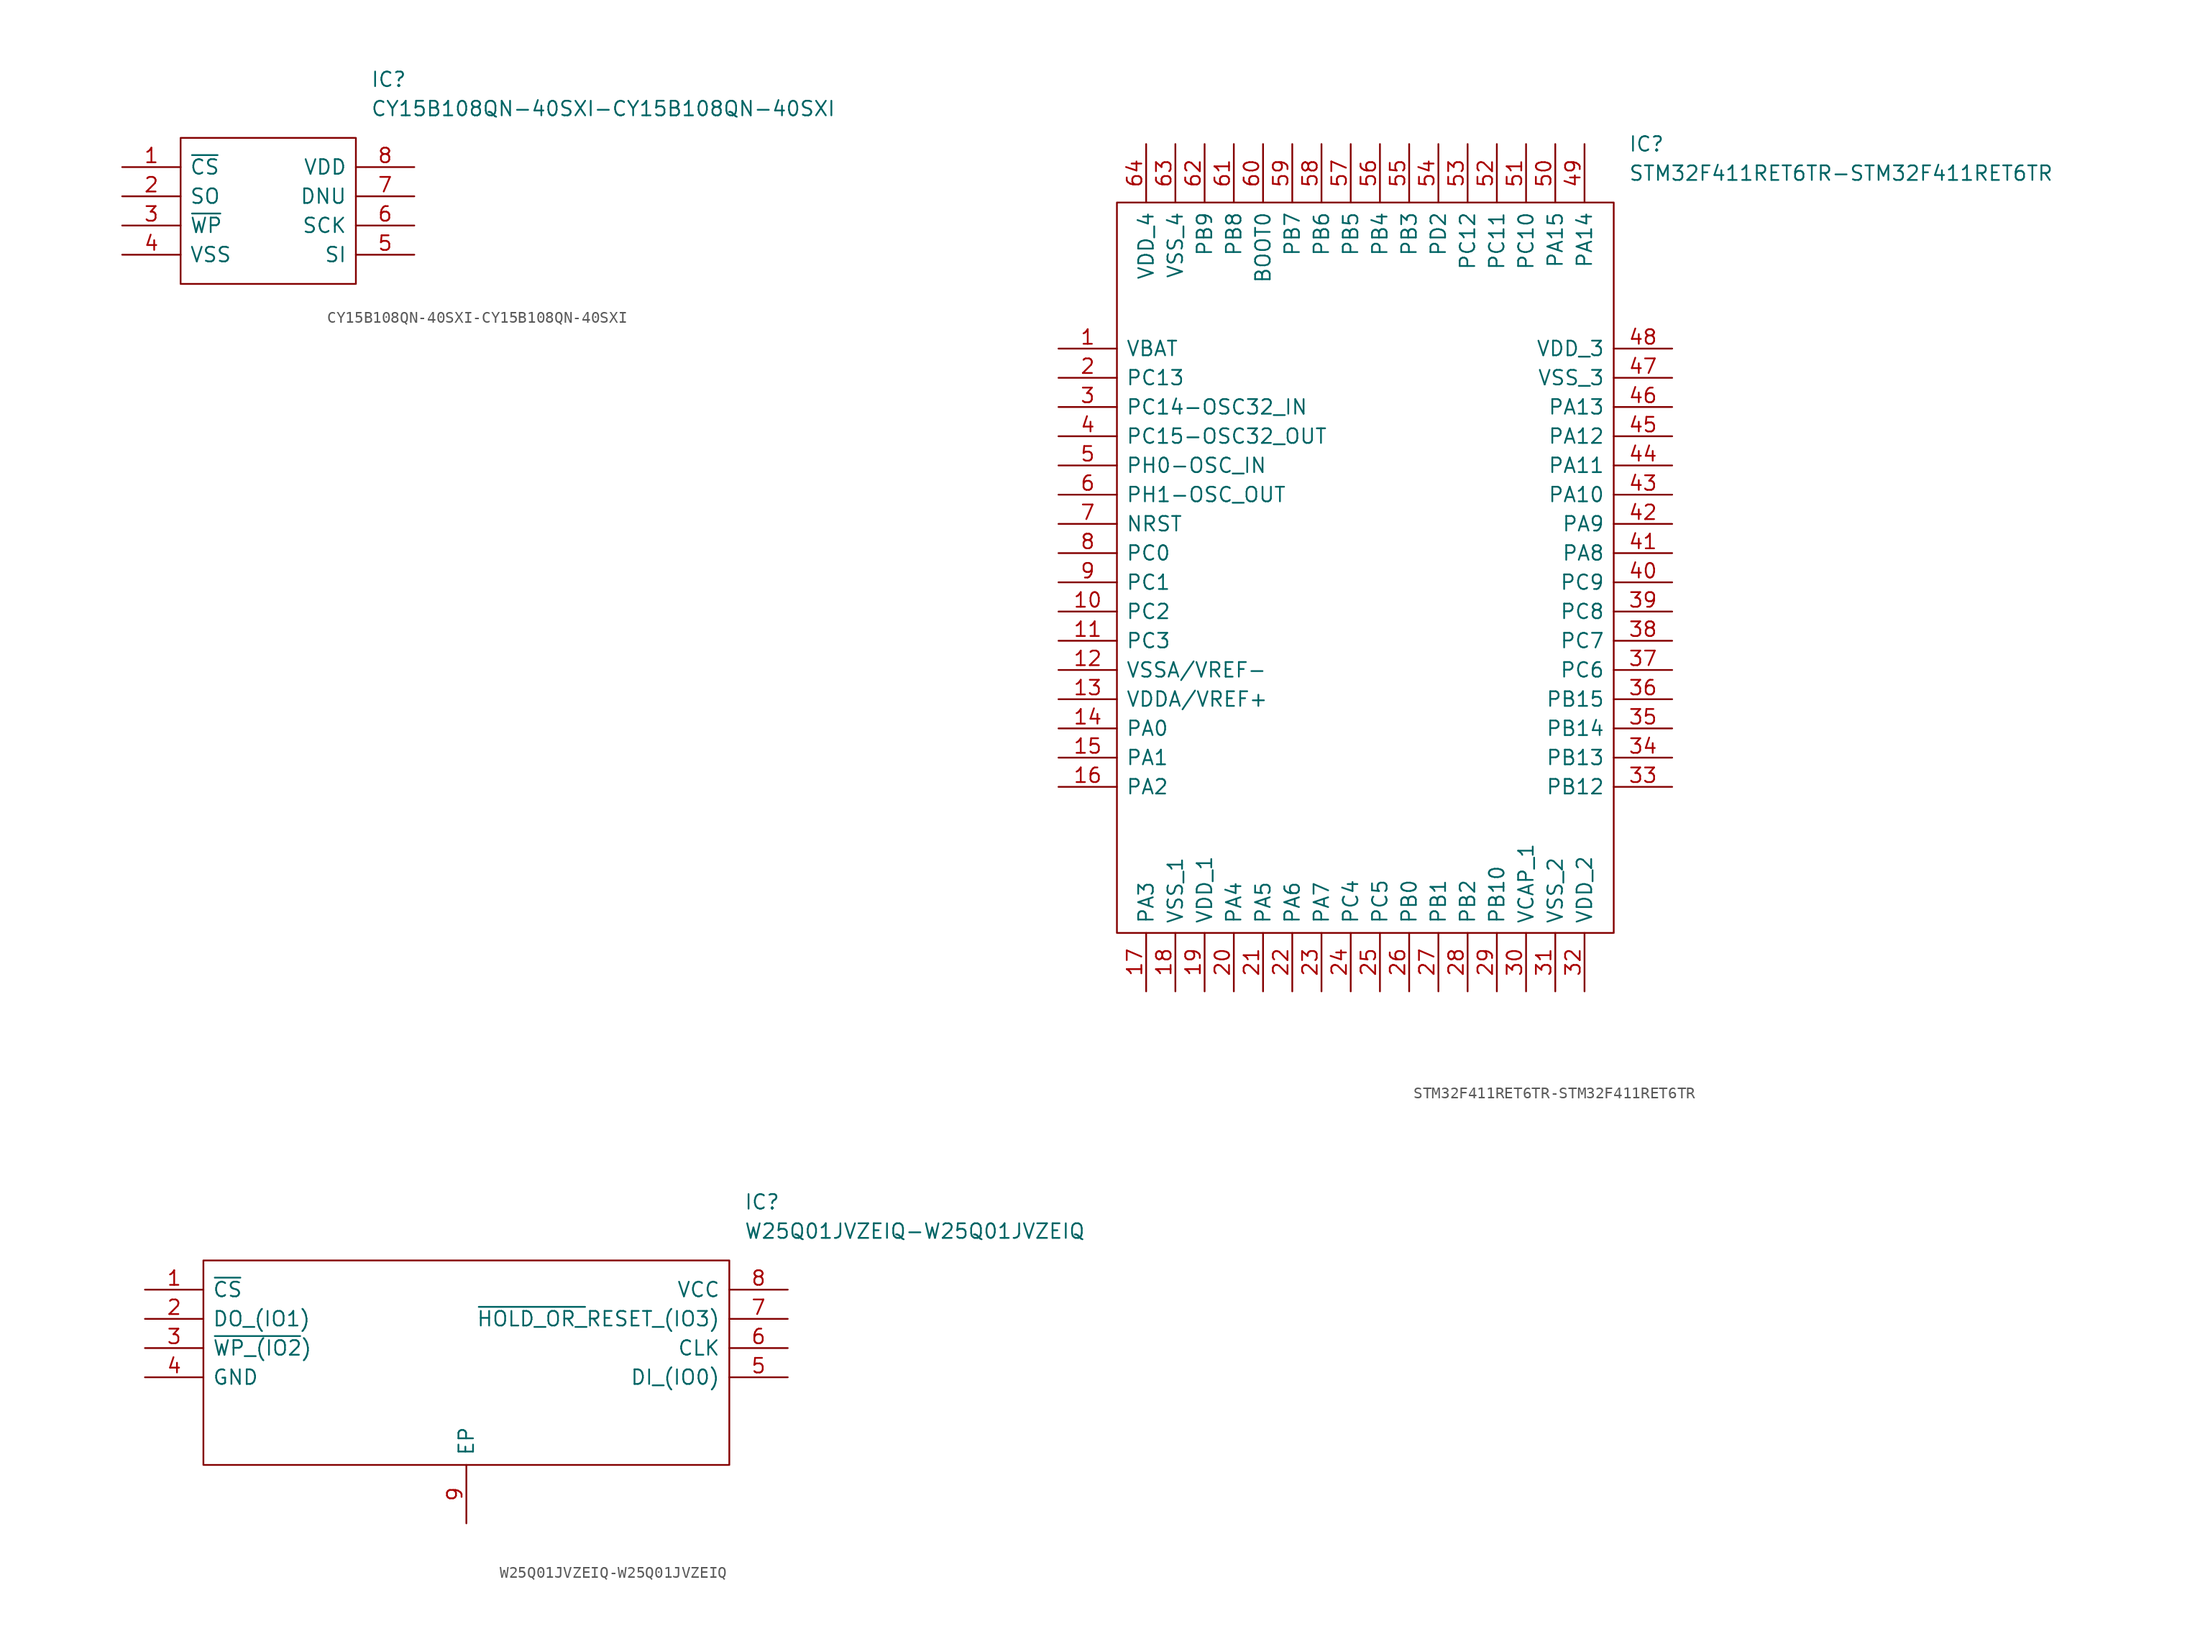
<source format=kicad_sym>
(kicad_symbol_lib
  (version 20211014)
  (generator kicad_symbol_editor)
  (symbol "CY15B108QN-40SXI-CY15B108QN-40SXI"
    (pin_names
      (offset 0.762))
    (property "Reference" "IC"
      (at 21.59 7.62 0)
      (effects (font (size 1.27 1.27)) (justify left)))
    (property "Value" "CY15B108QN-40SXI-CY15B108QN-40SXI"
      (at 21.59 5.08 0)
      (effects (font (size 1.27 1.27)) (justify left)))
    (symbol "CY15B108QN-40SXI-CY15B108QN-40SXI_0_0"
      (pin passive line (at 0 0 0) (length 5.08) (name "~{CS}" (effects (font (size 1.27 1.27)))) (number "1" (effects (font (size 1.27 1.27)))))
      (pin passive line (at 0 -2.54 0) (length 5.08) (name "SO" (effects (font (size 1.27 1.27)))) (number "2" (effects (font (size 1.27 1.27)))))
      (pin passive line (at 0 -5.08 0) (length 5.08) (name "~{WP}" (effects (font (size 1.27 1.27)))) (number "3" (effects (font (size 1.27 1.27)))))
      (pin passive line (at 0 -7.62 0) (length 5.08) (name "VSS" (effects (font (size 1.27 1.27)))) (number "4" (effects (font (size 1.27 1.27)))))
      (pin passive line (at 25.4 -7.62 180) (length 5.08) (name "SI" (effects (font (size 1.27 1.27)))) (number "5" (effects (font (size 1.27 1.27)))))
      (pin passive line (at 25.4 -5.08 180) (length 5.08) (name "SCK" (effects (font (size 1.27 1.27)))) (number "6" (effects (font (size 1.27 1.27)))))
      (pin passive line (at 25.4 -2.54 180) (length 5.08) (name "DNU" (effects (font (size 1.27 1.27)))) (number "7" (effects (font (size 1.27 1.27)))))
      (pin passive line (at 25.4 0 180) (length 5.08) (name "VDD" (effects (font (size 1.27 1.27)))) (number "8" (effects (font (size 1.27 1.27))))))
    (symbol "CY15B108QN-40SXI-CY15B108QN-40SXI_0_1"
      (polyline (pts (xy 5.08 2.54) (xy 20.32 2.54) (xy 20.32 -10.16) (xy 5.08 -10.16) (xy 5.08 2.54)) (stroke (width 0.152) (type default) (color 0 0 0 0)) (fill (type none)))))
  (symbol "STM32F411RET6TR-STM32F411RET6TR"
    (pin_names
      (offset 0.762))
    (property "Reference" "IC"
      (at 49.53 17.78 0)
      (effects (font (size 1.27 1.27)) (justify left)))
    (property "Value" "STM32F411RET6TR-STM32F411RET6TR"
      (at 49.53 15.24 0)
      (effects (font (size 1.27 1.27)) (justify left)))
    (symbol "STM32F411RET6TR-STM32F411RET6TR_0_0"
      (pin passive line (at 0 0 0) (length 5.08) (name "VBAT" (effects (font (size 1.27 1.27)))) (number "1" (effects (font (size 1.27 1.27)))))
      (pin passive line (at 0 -22.86 0) (length 5.08) (name "PC2" (effects (font (size 1.27 1.27)))) (number "10" (effects (font (size 1.27 1.27)))))
      (pin passive line (at 0 -25.4 0) (length 5.08) (name "PC3" (effects (font (size 1.27 1.27)))) (number "11" (effects (font (size 1.27 1.27)))))
      (pin passive line (at 0 -27.94 0) (length 5.08) (name "VSSA/VREF-" (effects (font (size 1.27 1.27)))) (number "12" (effects (font (size 1.27 1.27)))))
      (pin passive line (at 0 -30.48 0) (length 5.08) (name "VDDA/VREF+" (effects (font (size 1.27 1.27)))) (number "13" (effects (font (size 1.27 1.27)))))
      (pin passive line (at 0 -33.02 0) (length 5.08) (name "PA0" (effects (font (size 1.27 1.27)))) (number "14" (effects (font (size 1.27 1.27)))))
      (pin passive line (at 0 -35.56 0) (length 5.08) (name "PA1" (effects (font (size 1.27 1.27)))) (number "15" (effects (font (size 1.27 1.27)))))
      (pin passive line (at 0 -38.1 0) (length 5.08) (name "PA2" (effects (font (size 1.27 1.27)))) (number "16" (effects (font (size 1.27 1.27)))))
      (pin passive line (at 7.62 -55.88 90) (length 5.08) (name "PA3" (effects (font (size 1.27 1.27)))) (number "17" (effects (font (size 1.27 1.27)))))
      (pin passive line (at 10.16 -55.88 90) (length 5.08) (name "VSS_1" (effects (font (size 1.27 1.27)))) (number "18" (effects (font (size 1.27 1.27)))))
      (pin passive line (at 12.7 -55.88 90) (length 5.08) (name "VDD_1" (effects (font (size 1.27 1.27)))) (number "19" (effects (font (size 1.27 1.27)))))
      (pin passive line (at 0 -2.54 0) (length 5.08) (name "PC13" (effects (font (size 1.27 1.27)))) (number "2" (effects (font (size 1.27 1.27)))))
      (pin passive line (at 15.24 -55.88 90) (length 5.08) (name "PA4" (effects (font (size 1.27 1.27)))) (number "20" (effects (font (size 1.27 1.27)))))
      (pin passive line (at 17.78 -55.88 90) (length 5.08) (name "PA5" (effects (font (size 1.27 1.27)))) (number "21" (effects (font (size 1.27 1.27)))))
      (pin passive line (at 20.32 -55.88 90) (length 5.08) (name "PA6" (effects (font (size 1.27 1.27)))) (number "22" (effects (font (size 1.27 1.27)))))
      (pin passive line (at 22.86 -55.88 90) (length 5.08) (name "PA7" (effects (font (size 1.27 1.27)))) (number "23" (effects (font (size 1.27 1.27)))))
      (pin passive line (at 25.4 -55.88 90) (length 5.08) (name "PC4" (effects (font (size 1.27 1.27)))) (number "24" (effects (font (size 1.27 1.27)))))
      (pin passive line (at 27.94 -55.88 90) (length 5.08) (name "PC5" (effects (font (size 1.27 1.27)))) (number "25" (effects (font (size 1.27 1.27)))))
      (pin passive line (at 30.48 -55.88 90) (length 5.08) (name "PB0" (effects (font (size 1.27 1.27)))) (number "26" (effects (font (size 1.27 1.27)))))
      (pin passive line (at 33.02 -55.88 90) (length 5.08) (name "PB1" (effects (font (size 1.27 1.27)))) (number "27" (effects (font (size 1.27 1.27)))))
      (pin passive line (at 35.56 -55.88 90) (length 5.08) (name "PB2" (effects (font (size 1.27 1.27)))) (number "28" (effects (font (size 1.27 1.27)))))
      (pin passive line (at 38.1 -55.88 90) (length 5.08) (name "PB10" (effects (font (size 1.27 1.27)))) (number "29" (effects (font (size 1.27 1.27)))))
      (pin passive line (at 0 -5.08 0) (length 5.08) (name "PC14-OSC32_IN" (effects (font (size 1.27 1.27)))) (number "3" (effects (font (size 1.27 1.27)))))
      (pin passive line (at 40.64 -55.88 90) (length 5.08) (name "VCAP_1" (effects (font (size 1.27 1.27)))) (number "30" (effects (font (size 1.27 1.27)))))
      (pin passive line (at 43.18 -55.88 90) (length 5.08) (name "VSS_2" (effects (font (size 1.27 1.27)))) (number "31" (effects (font (size 1.27 1.27)))))
      (pin passive line (at 45.72 -55.88 90) (length 5.08) (name "VDD_2" (effects (font (size 1.27 1.27)))) (number "32" (effects (font (size 1.27 1.27)))))
      (pin passive line (at 53.34 -38.1 180) (length 5.08) (name "PB12" (effects (font (size 1.27 1.27)))) (number "33" (effects (font (size 1.27 1.27)))))
      (pin passive line (at 53.34 -35.56 180) (length 5.08) (name "PB13" (effects (font (size 1.27 1.27)))) (number "34" (effects (font (size 1.27 1.27)))))
      (pin passive line (at 53.34 -33.02 180) (length 5.08) (name "PB14" (effects (font (size 1.27 1.27)))) (number "35" (effects (font (size 1.27 1.27)))))
      (pin passive line (at 53.34 -30.48 180) (length 5.08) (name "PB15" (effects (font (size 1.27 1.27)))) (number "36" (effects (font (size 1.27 1.27)))))
      (pin passive line (at 53.34 -27.94 180) (length 5.08) (name "PC6" (effects (font (size 1.27 1.27)))) (number "37" (effects (font (size 1.27 1.27)))))
      (pin passive line (at 53.34 -25.4 180) (length 5.08) (name "PC7" (effects (font (size 1.27 1.27)))) (number "38" (effects (font (size 1.27 1.27)))))
      (pin passive line (at 53.34 -22.86 180) (length 5.08) (name "PC8" (effects (font (size 1.27 1.27)))) (number "39" (effects (font (size 1.27 1.27)))))
      (pin passive line (at 0 -7.62 0) (length 5.08) (name "PC15-OSC32_OUT" (effects (font (size 1.27 1.27)))) (number "4" (effects (font (size 1.27 1.27)))))
      (pin passive line (at 53.34 -20.32 180) (length 5.08) (name "PC9" (effects (font (size 1.27 1.27)))) (number "40" (effects (font (size 1.27 1.27)))))
      (pin passive line (at 53.34 -17.78 180) (length 5.08) (name "PA8" (effects (font (size 1.27 1.27)))) (number "41" (effects (font (size 1.27 1.27)))))
      (pin passive line (at 53.34 -15.24 180) (length 5.08) (name "PA9" (effects (font (size 1.27 1.27)))) (number "42" (effects (font (size 1.27 1.27)))))
      (pin passive line (at 53.34 -12.7 180) (length 5.08) (name "PA10" (effects (font (size 1.27 1.27)))) (number "43" (effects (font (size 1.27 1.27)))))
      (pin passive line (at 53.34 -10.16 180) (length 5.08) (name "PA11" (effects (font (size 1.27 1.27)))) (number "44" (effects (font (size 1.27 1.27)))))
      (pin passive line (at 53.34 -7.62 180) (length 5.08) (name "PA12" (effects (font (size 1.27 1.27)))) (number "45" (effects (font (size 1.27 1.27)))))
      (pin passive line (at 53.34 -5.08 180) (length 5.08) (name "PA13" (effects (font (size 1.27 1.27)))) (number "46" (effects (font (size 1.27 1.27)))))
      (pin passive line (at 53.34 -2.54 180) (length 5.08) (name "VSS_3" (effects (font (size 1.27 1.27)))) (number "47" (effects (font (size 1.27 1.27)))))
      (pin passive line (at 53.34 0 180) (length 5.08) (name "VDD_3" (effects (font (size 1.27 1.27)))) (number "48" (effects (font (size 1.27 1.27)))))
      (pin passive line (at 45.72 17.78 270) (length 5.08) (name "PA14" (effects (font (size 1.27 1.27)))) (number "49" (effects (font (size 1.27 1.27)))))
      (pin passive line (at 0 -10.16 0) (length 5.08) (name "PH0-OSC_IN" (effects (font (size 1.27 1.27)))) (number "5" (effects (font (size 1.27 1.27)))))
      (pin passive line (at 43.18 17.78 270) (length 5.08) (name "PA15" (effects (font (size 1.27 1.27)))) (number "50" (effects (font (size 1.27 1.27)))))
      (pin passive line (at 40.64 17.78 270) (length 5.08) (name "PC10" (effects (font (size 1.27 1.27)))) (number "51" (effects (font (size 1.27 1.27)))))
      (pin passive line (at 38.1 17.78 270) (length 5.08) (name "PC11" (effects (font (size 1.27 1.27)))) (number "52" (effects (font (size 1.27 1.27)))))
      (pin passive line (at 35.56 17.78 270) (length 5.08) (name "PC12" (effects (font (size 1.27 1.27)))) (number "53" (effects (font (size 1.27 1.27)))))
      (pin passive line (at 33.02 17.78 270) (length 5.08) (name "PD2" (effects (font (size 1.27 1.27)))) (number "54" (effects (font (size 1.27 1.27)))))
      (pin passive line (at 30.48 17.78 270) (length 5.08) (name "PB3" (effects (font (size 1.27 1.27)))) (number "55" (effects (font (size 1.27 1.27)))))
      (pin passive line (at 27.94 17.78 270) (length 5.08) (name "PB4" (effects (font (size 1.27 1.27)))) (number "56" (effects (font (size 1.27 1.27)))))
      (pin passive line (at 25.4 17.78 270) (length 5.08) (name "PB5" (effects (font (size 1.27 1.27)))) (number "57" (effects (font (size 1.27 1.27)))))
      (pin passive line (at 22.86 17.78 270) (length 5.08) (name "PB6" (effects (font (size 1.27 1.27)))) (number "58" (effects (font (size 1.27 1.27)))))
      (pin passive line (at 20.32 17.78 270) (length 5.08) (name "PB7" (effects (font (size 1.27 1.27)))) (number "59" (effects (font (size 1.27 1.27)))))
      (pin passive line (at 0 -12.7 0) (length 5.08) (name "PH1-OSC_OUT" (effects (font (size 1.27 1.27)))) (number "6" (effects (font (size 1.27 1.27)))))
      (pin passive line (at 17.78 17.78 270) (length 5.08) (name "BOOT0" (effects (font (size 1.27 1.27)))) (number "60" (effects (font (size 1.27 1.27)))))
      (pin passive line (at 15.24 17.78 270) (length 5.08) (name "PB8" (effects (font (size 1.27 1.27)))) (number "61" (effects (font (size 1.27 1.27)))))
      (pin passive line (at 12.7 17.78 270) (length 5.08) (name "PB9" (effects (font (size 1.27 1.27)))) (number "62" (effects (font (size 1.27 1.27)))))
      (pin passive line (at 10.16 17.78 270) (length 5.08) (name "VSS_4" (effects (font (size 1.27 1.27)))) (number "63" (effects (font (size 1.27 1.27)))))
      (pin passive line (at 7.62 17.78 270) (length 5.08) (name "VDD_4" (effects (font (size 1.27 1.27)))) (number "64" (effects (font (size 1.27 1.27)))))
      (pin passive line (at 0 -15.24 0) (length 5.08) (name "NRST" (effects (font (size 1.27 1.27)))) (number "7" (effects (font (size 1.27 1.27)))))
      (pin passive line (at 0 -17.78 0) (length 5.08) (name "PC0" (effects (font (size 1.27 1.27)))) (number "8" (effects (font (size 1.27 1.27)))))
      (pin passive line (at 0 -20.32 0) (length 5.08) (name "PC1" (effects (font (size 1.27 1.27)))) (number "9" (effects (font (size 1.27 1.27))))))
    (symbol "STM32F411RET6TR-STM32F411RET6TR_0_1"
      (polyline (pts (xy 5.08 12.7) (xy 48.26 12.7) (xy 48.26 -50.8) (xy 5.08 -50.8) (xy 5.08 12.7)) (stroke (width 0.152) (type default) (color 0 0 0 0)) (fill (type none)))))
  (symbol "W25Q01JVZEIQ-W25Q01JVZEIQ"
    (pin_names
      (offset 0.762))
    (property "Reference" "IC"
      (at 52.07 7.62 0)
      (effects (font (size 1.27 1.27)) (justify left)))
    (property "Value" "W25Q01JVZEIQ-W25Q01JVZEIQ"
      (at 52.07 5.08 0)
      (effects (font (size 1.27 1.27)) (justify left)))
    (symbol "W25Q01JVZEIQ-W25Q01JVZEIQ_0_0"
      (pin passive line (at 0 0 0) (length 5.08) (name "~{CS}" (effects (font (size 1.27 1.27)))) (number "1" (effects (font (size 1.27 1.27)))))
      (pin passive line (at 0 -2.54 0) (length 5.08) (name "DO_(IO1)" (effects (font (size 1.27 1.27)))) (number "2" (effects (font (size 1.27 1.27)))))
      (pin passive line (at 0 -5.08 0) (length 5.08) (name "~{WP_(IO2})" (effects (font (size 1.27 1.27)))) (number "3" (effects (font (size 1.27 1.27)))))
      (pin passive line (at 0 -7.62 0) (length 5.08) (name "GND" (effects (font (size 1.27 1.27)))) (number "4" (effects (font (size 1.27 1.27)))))
      (pin passive line (at 55.88 -7.62 180) (length 5.08) (name "DI_(IO0)" (effects (font (size 1.27 1.27)))) (number "5" (effects (font (size 1.27 1.27)))))
      (pin passive line (at 55.88 -5.08 180) (length 5.08) (name "CLK" (effects (font (size 1.27 1.27)))) (number "6" (effects (font (size 1.27 1.27)))))
      (pin passive line (at 55.88 -2.54 180) (length 5.08) (name "~{HOLD_OR_}RESET_(IO3)" (effects (font (size 1.27 1.27)))) (number "7" (effects (font (size 1.27 1.27)))))
      (pin passive line (at 55.88 0 180) (length 5.08) (name "VCC" (effects (font (size 1.27 1.27)))) (number "8" (effects (font (size 1.27 1.27)))))
      (pin passive line (at 27.94 -20.32 90) (length 5.08) (name "EP" (effects (font (size 1.27 1.27)))) (number "9" (effects (font (size 1.27 1.27))))))
    (symbol "W25Q01JVZEIQ-W25Q01JVZEIQ_0_1"
      (polyline (pts (xy 5.08 2.54) (xy 50.8 2.54) (xy 50.8 -15.24) (xy 5.08 -15.24) (xy 5.08 2.54)) (stroke (width 0.152) (type default) (color 0 0 0 0)) (fill (type none))))))
</source>
